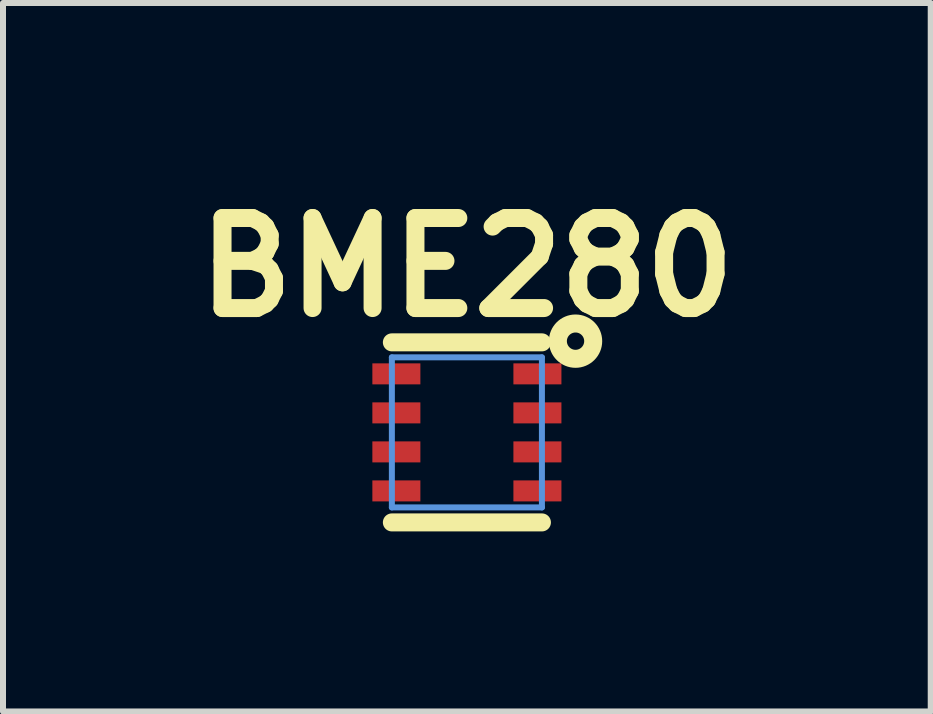
<source format=kicad_pcb>
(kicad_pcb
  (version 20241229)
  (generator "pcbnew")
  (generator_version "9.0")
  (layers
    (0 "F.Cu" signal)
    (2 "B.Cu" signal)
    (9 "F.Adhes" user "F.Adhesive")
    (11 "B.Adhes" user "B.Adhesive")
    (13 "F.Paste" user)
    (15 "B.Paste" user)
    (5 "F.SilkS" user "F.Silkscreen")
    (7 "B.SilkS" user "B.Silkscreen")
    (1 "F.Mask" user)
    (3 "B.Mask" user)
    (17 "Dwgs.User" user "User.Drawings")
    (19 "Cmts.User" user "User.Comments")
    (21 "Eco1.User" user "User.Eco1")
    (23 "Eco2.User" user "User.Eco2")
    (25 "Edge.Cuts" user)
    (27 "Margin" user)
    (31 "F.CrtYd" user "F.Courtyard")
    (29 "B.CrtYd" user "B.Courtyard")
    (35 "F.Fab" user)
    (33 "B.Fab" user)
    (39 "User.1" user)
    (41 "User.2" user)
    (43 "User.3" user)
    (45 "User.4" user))
  (footprint "BME280"
    (layer "F.Cu")
    (at 3.479 5.404)
    (property "Reference" "BME280" (at 1.25 -4 0) (layer "F.SilkS") (effects (font (size 1.5 1.5) (thickness 0.3))))
    (attr through_hole)
    (fp_line (start 0 -2.75) (end 2.5 -2.75) (stroke (width 0.3) (type solid)) (layer "F.SilkS"))
    (fp_line (start 0 0.25) (end 2.5 0.25) (stroke (width 0.3) (type solid)) (layer "F.SilkS"))
    (fp_circle (center 3.06 -2.77) (end 3.18 -2.69) (stroke (width 0.3) (type solid)) (fill no) (layer "F.SilkS"))
    (fp_line (start 0 -2.5) (end 2.5 -2.5) (stroke (width 0.1) (type solid)) (layer "Cmts.User"))
    (fp_line (start 0 0) (end 0 -2.5) (stroke (width 0.1) (type solid)) (layer "Cmts.User"))
    (fp_line (start 2.5 -2.5) (end 2.5 0) (stroke (width 0.1) (type solid)) (layer "Cmts.User"))
    (fp_line (start 2.5 0) (end 0 0) (stroke (width 0.1) (type solid)) (layer "Cmts.User"))
    (pad "1" smd rect (at 2.275 -2.225) (size 0.8 0.35) (drill (offset 0.15 0)) (layers "F.Cu" "F.Mask" "F.Paste"))
    (pad "2" smd rect (at 2.275 -1.575) (size 0.8 0.35) (drill (offset 0.15 0)) (layers "F.Cu" "F.Mask" "F.Paste"))
    (pad "3" smd rect (at 2.275 -0.925) (size 0.8 0.35) (drill (offset 0.15 0)) (layers "F.Cu" "F.Mask" "F.Paste"))
    (pad "4" smd rect (at 2.275 -0.275) (size 0.8 0.35) (drill (offset 0.15 0)) (layers "F.Cu" "F.Mask" "F.Paste"))
    (pad "5" smd rect (at 0.225 -0.275) (size 0.8 0.35) (drill (offset -0.15 0)) (layers "F.Cu" "F.Mask" "F.Paste"))
    (pad "6" smd rect (at 0.225 -0.925) (size 0.8 0.35) (drill (offset -0.15 0)) (layers "F.Cu" "F.Mask" "F.Paste"))
    (pad "7" smd rect (at 0.225 -1.575) (size 0.8 0.35) (drill (offset -0.15 0)) (layers "F.Cu" "F.Mask" "F.Paste"))
    (pad "8" smd rect (at 0.225 -2.225) (size 0.8 0.35) (drill (offset -0.15 0)) (layers "F.Cu" "F.Mask" "F.Paste")))
  (gr_rect
    (start -3 -3)
    (end 12.457 8.804)
    (stroke (width 0.1) (type default))
    (fill no)
    (layer "Edge.Cuts")))
</source>
